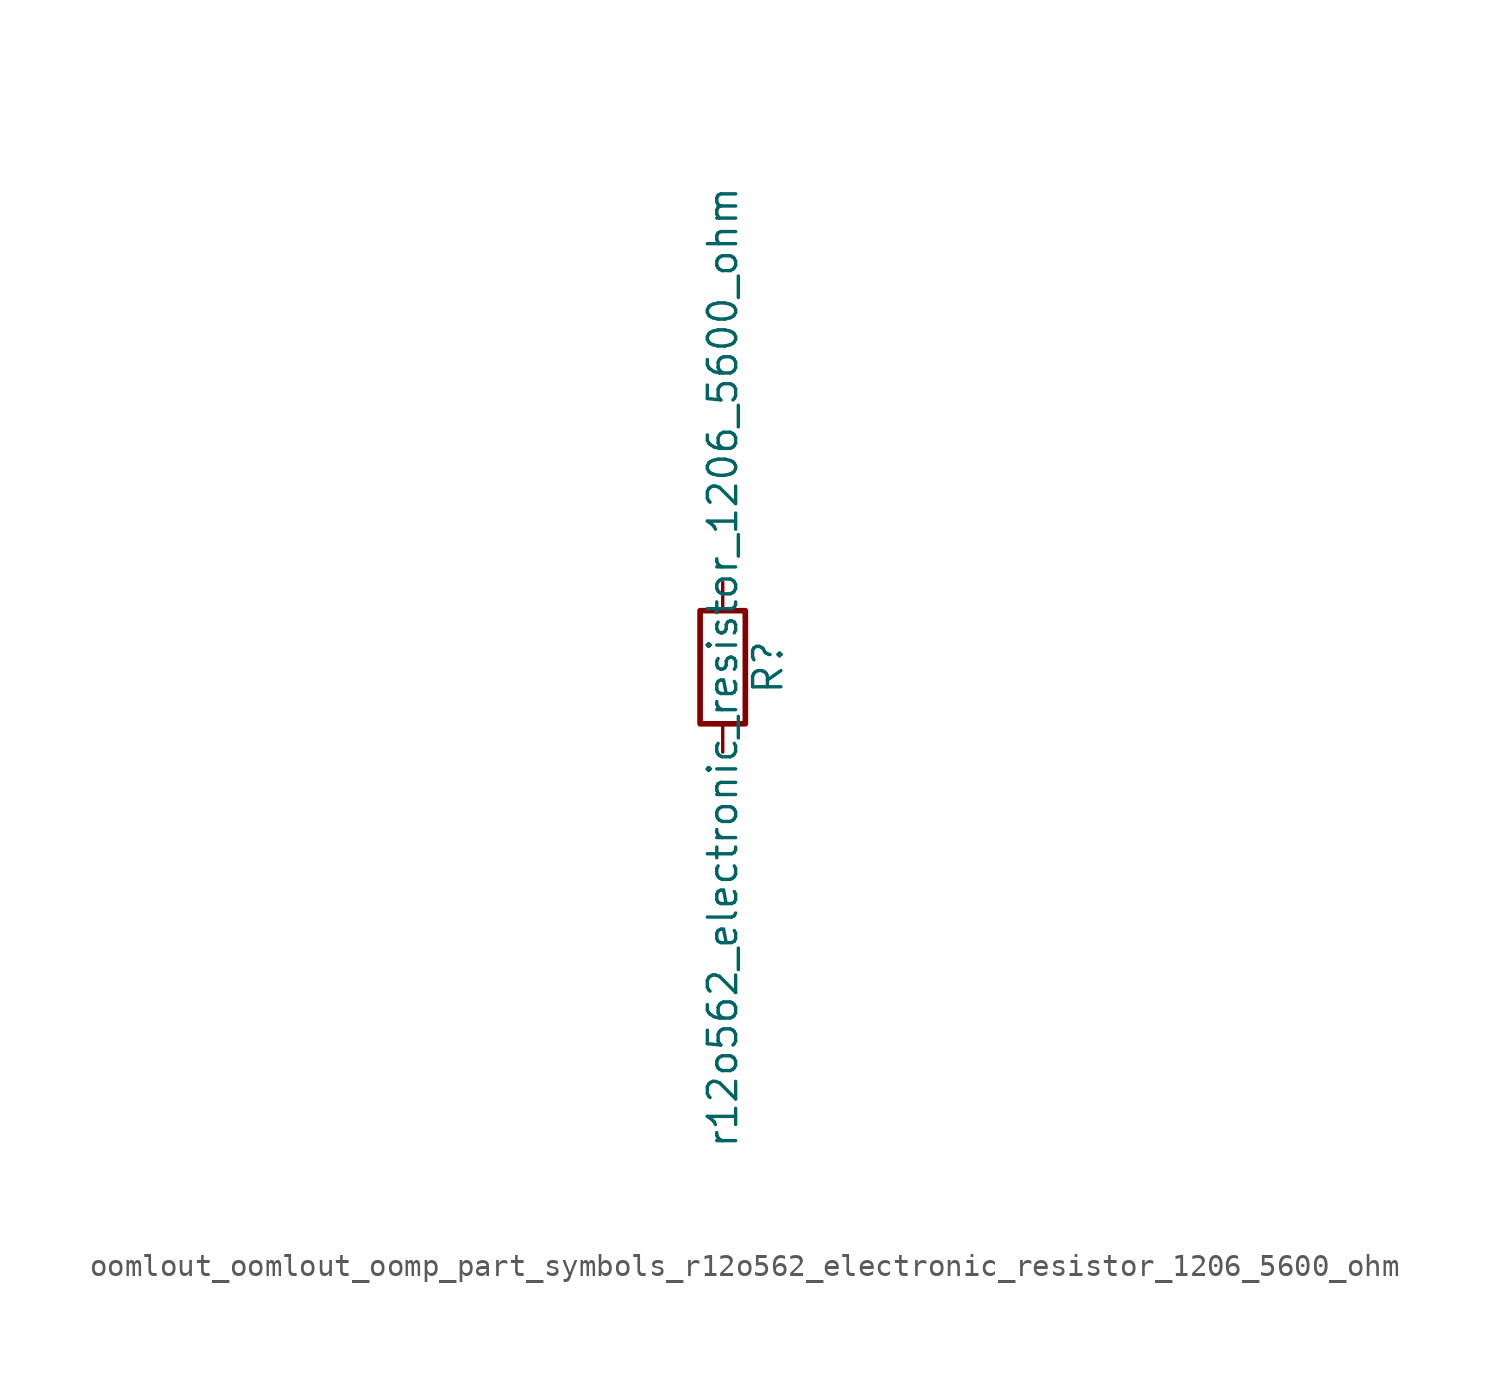
<source format=kicad_sym>
(kicad_symbol_lib
  (version 20220914)
  (generator kicad_symbol_editor)
  (symbol "oomlout_oomlout_oomp_part_symbols_r12o562_electronic_resistor_1206_5600_ohm"
    (pin_numbers hide)
    (pin_names
      (offset 0))
    (property "Reference" "R"
      (at 2.032 0 90)
      (effects (font (size 1.27 1.27))))
    (property "Value" "r12o562_electronic_resistor_1206_5600_ohm"
      (at 0 0 90)
      (effects (font (size 1.27 1.27))))
    (symbol "oomlout_oomlout_oomp_part_symbols_r12o562_electronic_resistor_1206_5600_ohm_0_1"
      (rectangle (start -1.016 -2.54) (end 1.016 2.54) (stroke (width 0.254) (type default)) (fill (type none))))
    (symbol "oomlout_oomlout_oomp_part_symbols_r12o562_electronic_resistor_1206_5600_ohm_1_1"
      (pin passive line (at 0 3.81 270) (length 1.27) (name "~" (effects (font (size 1.27 1.27)))) (number "1" (effects (font (size 1.27 1.27)))))
      (pin passive line (at 0 -3.81 90) (length 1.27) (name "~" (effects (font (size 1.27 1.27)))) (number "2" (effects (font (size 1.27 1.27))))))))
</source>
